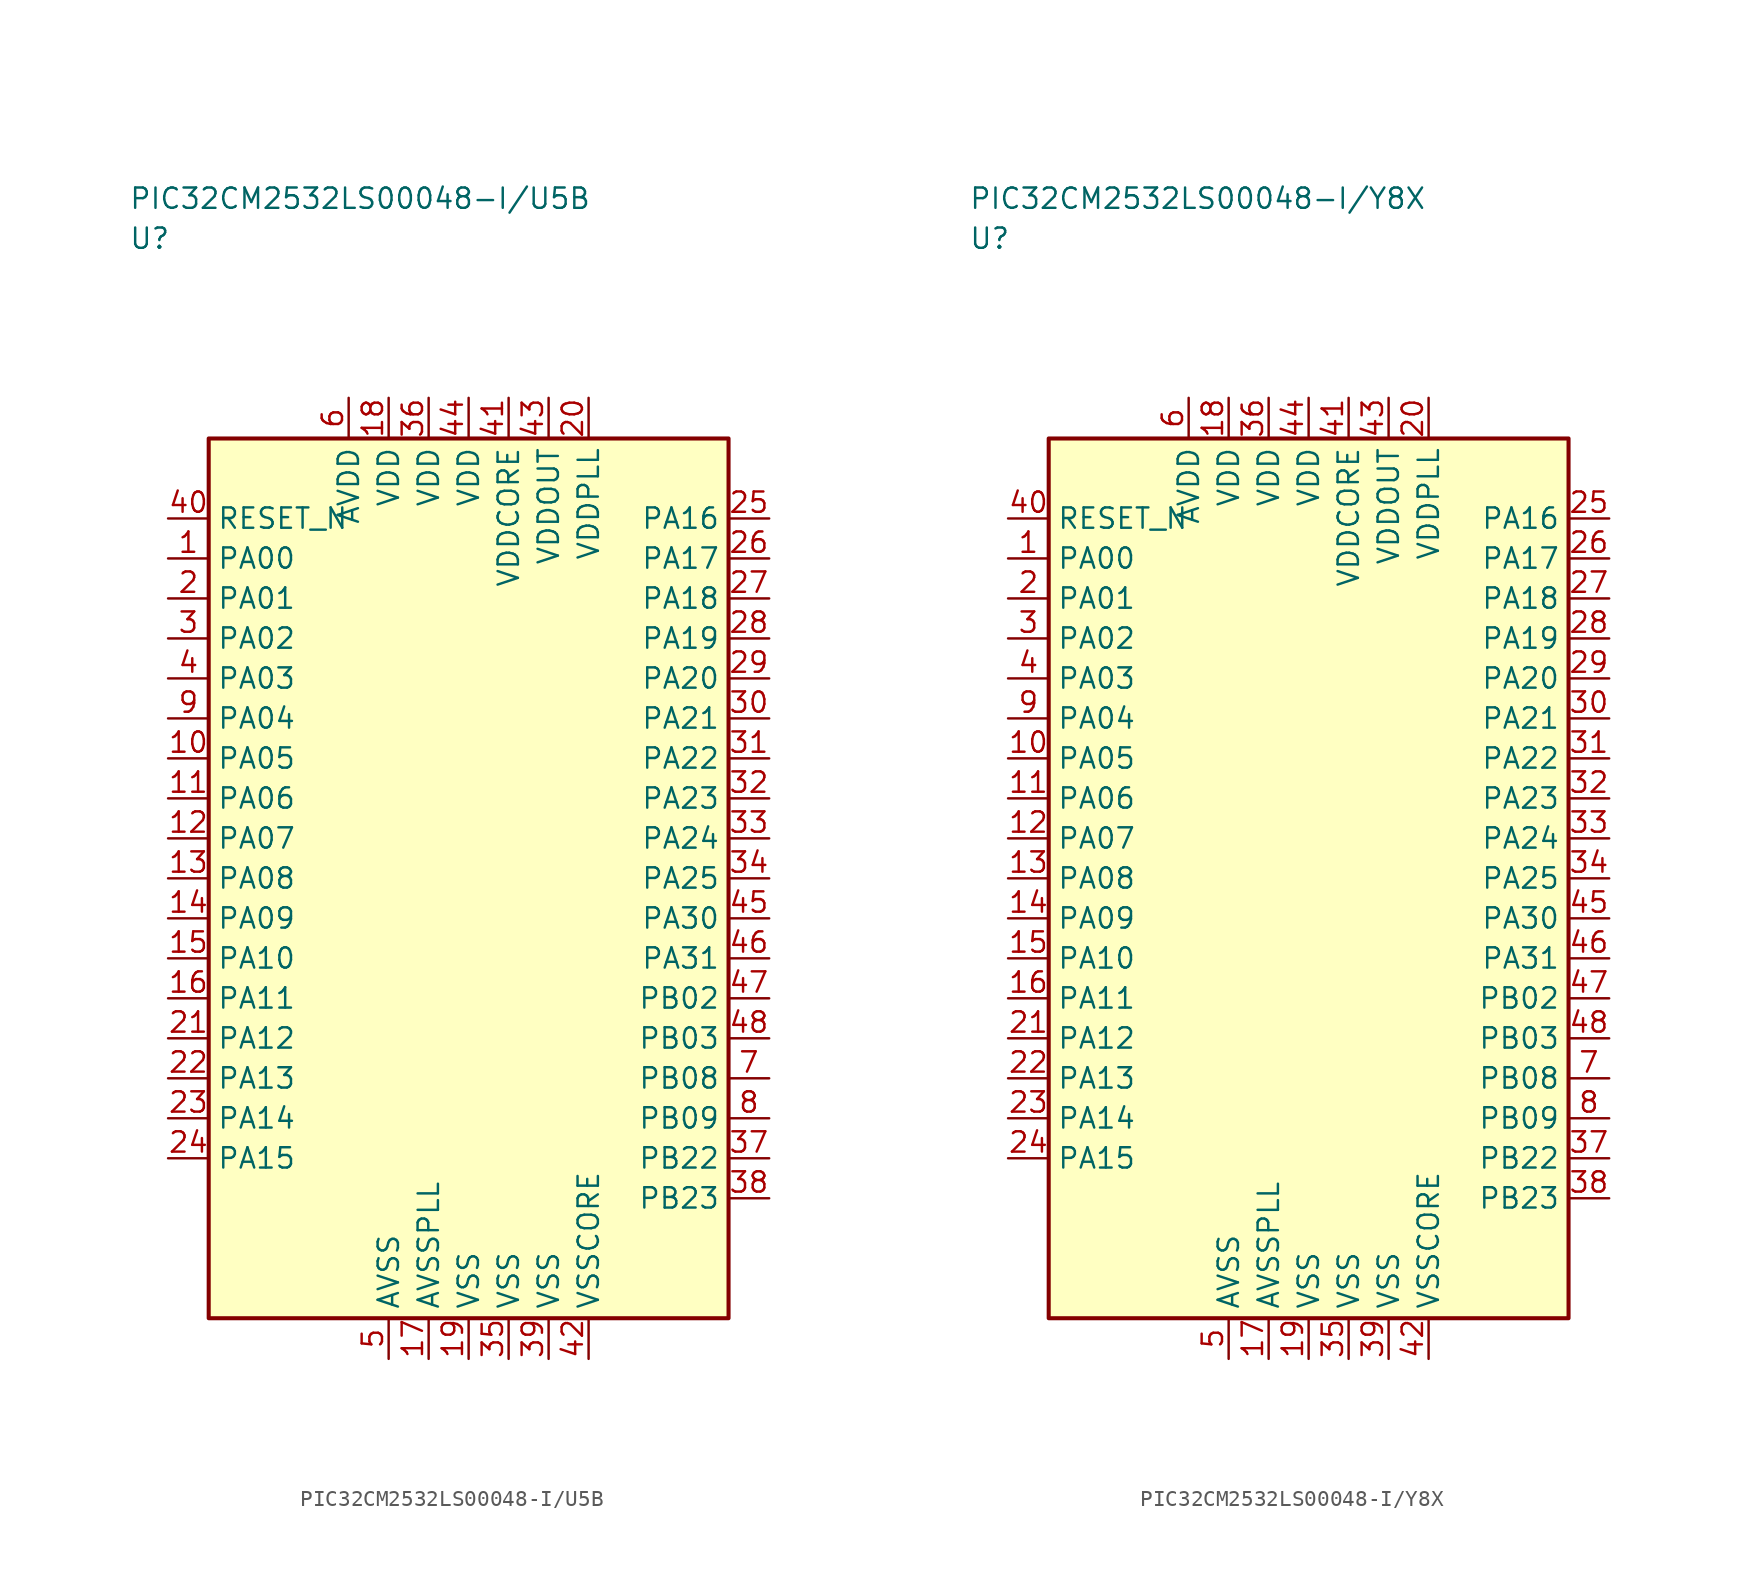
<source format=kicad_sym>
(kicad_symbol_lib
  (version 20241025)
  (generator "kicad_symbol_editor")
  (generator_version "8.0")
  (symbol "PIC32CM2532LS00048-I/U5B"
    (property "Reference" "U"
      (at -21.25 40.0 0)
      (effects (font (size 1.27 1.27)) (justify left)))
    (property "Value" "PIC32CM2532LS00048-I/U5B"
      (at -21.25 42.5 0)
      (effects (font (size 1.27 1.27)) (justify left)))
    (symbol "PIC32CM2532LS00048-I/U5B_0_1"
      (rectangle (start -16.25 27.5) (end 16.25 -27.5) (stroke (width 0.254) (type default)) (fill (type background))))
    (symbol "PIC32CM2532LS00048-I/U5B_1_1"
      (pin bidirectional line (at -18.79 20.0 0.0) (length 2.54) (name "PA00" (effects (font (size 1.27 1.27)))) (number "1" (effects (font (size 1.27 1.27)))))
      (pin bidirectional line (at -18.79 17.5 0.0) (length 2.54) (name "PA01" (effects (font (size 1.27 1.27)))) (number "2" (effects (font (size 1.27 1.27)))))
      (pin bidirectional line (at -18.79 15.0 0.0) (length 2.54) (name "PA02" (effects (font (size 1.27 1.27)))) (number "3" (effects (font (size 1.27 1.27)))))
      (pin bidirectional line (at -18.79 12.5 0.0) (length 2.54) (name "PA03" (effects (font (size 1.27 1.27)))) (number "4" (effects (font (size 1.27 1.27)))))
      (pin passive line (at -5.0 -30.04 90.0) (length 2.54) (name "AVSS" (effects (font (size 1.27 1.27)))) (number "5" (effects (font (size 1.27 1.27)))))
      (pin power_in line (at -7.5 30.04 270.0) (length 2.54) (name "AVDD" (effects (font (size 1.27 1.27)))) (number "6" (effects (font (size 1.27 1.27)))))
      (pin bidirectional line (at 18.79 -12.5 180.0) (length 2.54) (name "PB08" (effects (font (size 1.27 1.27)))) (number "7" (effects (font (size 1.27 1.27)))))
      (pin bidirectional line (at 18.79 -15.0 180.0) (length 2.54) (name "PB09" (effects (font (size 1.27 1.27)))) (number "8" (effects (font (size 1.27 1.27)))))
      (pin bidirectional line (at -18.79 10.0 0.0) (length 2.54) (name "PA04" (effects (font (size 1.27 1.27)))) (number "9" (effects (font (size 1.27 1.27)))))
      (pin bidirectional line (at -18.79 7.5 0.0) (length 2.54) (name "PA05" (effects (font (size 1.27 1.27)))) (number "10" (effects (font (size 1.27 1.27)))))
      (pin bidirectional line (at -18.79 5.0 0.0) (length 2.54) (name "PA06" (effects (font (size 1.27 1.27)))) (number "11" (effects (font (size 1.27 1.27)))))
      (pin bidirectional line (at -18.79 2.5 0.0) (length 2.54) (name "PA07" (effects (font (size 1.27 1.27)))) (number "12" (effects (font (size 1.27 1.27)))))
      (pin bidirectional line (at -18.79 0.0 0.0) (length 2.54) (name "PA08" (effects (font (size 1.27 1.27)))) (number "13" (effects (font (size 1.27 1.27)))))
      (pin bidirectional line (at -18.79 -2.5 0.0) (length 2.54) (name "PA09" (effects (font (size 1.27 1.27)))) (number "14" (effects (font (size 1.27 1.27)))))
      (pin bidirectional line (at -18.79 -5.0 0.0) (length 2.54) (name "PA10" (effects (font (size 1.27 1.27)))) (number "15" (effects (font (size 1.27 1.27)))))
      (pin bidirectional line (at -18.79 -7.5 0.0) (length 2.54) (name "PA11" (effects (font (size 1.27 1.27)))) (number "16" (effects (font (size 1.27 1.27)))))
      (pin passive line (at -2.5 -30.04 90.0) (length 2.54) (name "AVSSPLL" (effects (font (size 1.27 1.27)))) (number "17" (effects (font (size 1.27 1.27)))))
      (pin power_in line (at -5.0 30.04 270.0) (length 2.54) (name "VDD" (effects (font (size 1.27 1.27)))) (number "18" (effects (font (size 1.27 1.27)))))
      (pin passive line (at 0.0 -30.04 90.0) (length 2.54) (name "VSS" (effects (font (size 1.27 1.27)))) (number "19" (effects (font (size 1.27 1.27)))))
      (pin power_in line (at 7.5 30.04 270.0) (length 2.54) (name "VDDPLL" (effects (font (size 1.27 1.27)))) (number "20" (effects (font (size 1.27 1.27)))))
      (pin bidirectional line (at -18.79 -10.0 0.0) (length 2.54) (name "PA12" (effects (font (size 1.27 1.27)))) (number "21" (effects (font (size 1.27 1.27)))))
      (pin bidirectional line (at -18.79 -12.5 0.0) (length 2.54) (name "PA13" (effects (font (size 1.27 1.27)))) (number "22" (effects (font (size 1.27 1.27)))))
      (pin bidirectional line (at -18.79 -15.0 0.0) (length 2.54) (name "PA14" (effects (font (size 1.27 1.27)))) (number "23" (effects (font (size 1.27 1.27)))))
      (pin bidirectional line (at -18.79 -17.5 0.0) (length 2.54) (name "PA15" (effects (font (size 1.27 1.27)))) (number "24" (effects (font (size 1.27 1.27)))))
      (pin bidirectional line (at 18.79 22.5 180.0) (length 2.54) (name "PA16" (effects (font (size 1.27 1.27)))) (number "25" (effects (font (size 1.27 1.27)))))
      (pin bidirectional line (at 18.79 20.0 180.0) (length 2.54) (name "PA17" (effects (font (size 1.27 1.27)))) (number "26" (effects (font (size 1.27 1.27)))))
      (pin bidirectional line (at 18.79 17.5 180.0) (length 2.54) (name "PA18" (effects (font (size 1.27 1.27)))) (number "27" (effects (font (size 1.27 1.27)))))
      (pin bidirectional line (at 18.79 15.0 180.0) (length 2.54) (name "PA19" (effects (font (size 1.27 1.27)))) (number "28" (effects (font (size 1.27 1.27)))))
      (pin bidirectional line (at 18.79 12.5 180.0) (length 2.54) (name "PA20" (effects (font (size 1.27 1.27)))) (number "29" (effects (font (size 1.27 1.27)))))
      (pin bidirectional line (at 18.79 10.0 180.0) (length 2.54) (name "PA21" (effects (font (size 1.27 1.27)))) (number "30" (effects (font (size 1.27 1.27)))))
      (pin bidirectional line (at 18.79 7.5 180.0) (length 2.54) (name "PA22" (effects (font (size 1.27 1.27)))) (number "31" (effects (font (size 1.27 1.27)))))
      (pin bidirectional line (at 18.79 5.0 180.0) (length 2.54) (name "PA23" (effects (font (size 1.27 1.27)))) (number "32" (effects (font (size 1.27 1.27)))))
      (pin bidirectional line (at 18.79 2.5 180.0) (length 2.54) (name "PA24" (effects (font (size 1.27 1.27)))) (number "33" (effects (font (size 1.27 1.27)))))
      (pin bidirectional line (at 18.79 0.0 180.0) (length 2.54) (name "PA25" (effects (font (size 1.27 1.27)))) (number "34" (effects (font (size 1.27 1.27)))))
      (pin passive line (at 2.5 -30.04 90.0) (length 2.54) (name "VSS" (effects (font (size 1.27 1.27)))) (number "35" (effects (font (size 1.27 1.27)))))
      (pin power_in line (at -2.5 30.04 270.0) (length 2.54) (name "VDD" (effects (font (size 1.27 1.27)))) (number "36" (effects (font (size 1.27 1.27)))))
      (pin bidirectional line (at 18.79 -17.5 180.0) (length 2.54) (name "PB22" (effects (font (size 1.27 1.27)))) (number "37" (effects (font (size 1.27 1.27)))))
      (pin bidirectional line (at 18.79 -20.0 180.0) (length 2.54) (name "PB23" (effects (font (size 1.27 1.27)))) (number "38" (effects (font (size 1.27 1.27)))))
      (pin passive line (at 5.0 -30.04 90.0) (length 2.54) (name "VSS" (effects (font (size 1.27 1.27)))) (number "39" (effects (font (size 1.27 1.27)))))
      (pin input line (at -18.79 22.5 0.0) (length 2.54) (name "RESET_N" (effects (font (size 1.27 1.27)))) (number "40" (effects (font (size 1.27 1.27)))))
      (pin power_in line (at 2.5 30.04 270.0) (length 2.54) (name "VDDCORE" (effects (font (size 1.27 1.27)))) (number "41" (effects (font (size 1.27 1.27)))))
      (pin passive line (at 7.5 -30.04 90.0) (length 2.54) (name "VSSCORE" (effects (font (size 1.27 1.27)))) (number "42" (effects (font (size 1.27 1.27)))))
      (pin power_in line (at 5.0 30.04 270.0) (length 2.54) (name "VDDOUT" (effects (font (size 1.27 1.27)))) (number "43" (effects (font (size 1.27 1.27)))))
      (pin power_in line (at 0.0 30.04 270.0) (length 2.54) (name "VDD" (effects (font (size 1.27 1.27)))) (number "44" (effects (font (size 1.27 1.27)))))
      (pin bidirectional line (at 18.79 -2.5 180.0) (length 2.54) (name "PA30" (effects (font (size 1.27 1.27)))) (number "45" (effects (font (size 1.27 1.27)))))
      (pin bidirectional line (at 18.79 -5.0 180.0) (length 2.54) (name "PA31" (effects (font (size 1.27 1.27)))) (number "46" (effects (font (size 1.27 1.27)))))
      (pin bidirectional line (at 18.79 -7.5 180.0) (length 2.54) (name "PB02" (effects (font (size 1.27 1.27)))) (number "47" (effects (font (size 1.27 1.27)))))
      (pin bidirectional line (at 18.79 -10.0 180.0) (length 2.54) (name "PB03" (effects (font (size 1.27 1.27)))) (number "48" (effects (font (size 1.27 1.27)))))))
  (symbol "PIC32CM2532LS00048-I/Y8X"
    (property "Reference" "U"
      (at -21.25 40.0 0)
      (effects (font (size 1.27 1.27)) (justify left)))
    (property "Value" "PIC32CM2532LS00048-I/Y8X"
      (at -21.25 42.5 0)
      (effects (font (size 1.27 1.27)) (justify left)))
    (symbol "PIC32CM2532LS00048-I/Y8X_0_1"
      (rectangle (start -16.25 27.5) (end 16.25 -27.5) (stroke (width 0.254) (type default)) (fill (type background))))
    (symbol "PIC32CM2532LS00048-I/Y8X_1_1"
      (pin bidirectional line (at -18.79 20.0 0.0) (length 2.54) (name "PA00" (effects (font (size 1.27 1.27)))) (number "1" (effects (font (size 1.27 1.27)))))
      (pin bidirectional line (at -18.79 17.5 0.0) (length 2.54) (name "PA01" (effects (font (size 1.27 1.27)))) (number "2" (effects (font (size 1.27 1.27)))))
      (pin bidirectional line (at -18.79 15.0 0.0) (length 2.54) (name "PA02" (effects (font (size 1.27 1.27)))) (number "3" (effects (font (size 1.27 1.27)))))
      (pin bidirectional line (at -18.79 12.5 0.0) (length 2.54) (name "PA03" (effects (font (size 1.27 1.27)))) (number "4" (effects (font (size 1.27 1.27)))))
      (pin passive line (at -5.0 -30.04 90.0) (length 2.54) (name "AVSS" (effects (font (size 1.27 1.27)))) (number "5" (effects (font (size 1.27 1.27)))))
      (pin power_in line (at -7.5 30.04 270.0) (length 2.54) (name "AVDD" (effects (font (size 1.27 1.27)))) (number "6" (effects (font (size 1.27 1.27)))))
      (pin bidirectional line (at 18.79 -12.5 180.0) (length 2.54) (name "PB08" (effects (font (size 1.27 1.27)))) (number "7" (effects (font (size 1.27 1.27)))))
      (pin bidirectional line (at 18.79 -15.0 180.0) (length 2.54) (name "PB09" (effects (font (size 1.27 1.27)))) (number "8" (effects (font (size 1.27 1.27)))))
      (pin bidirectional line (at -18.79 10.0 0.0) (length 2.54) (name "PA04" (effects (font (size 1.27 1.27)))) (number "9" (effects (font (size 1.27 1.27)))))
      (pin bidirectional line (at -18.79 7.5 0.0) (length 2.54) (name "PA05" (effects (font (size 1.27 1.27)))) (number "10" (effects (font (size 1.27 1.27)))))
      (pin bidirectional line (at -18.79 5.0 0.0) (length 2.54) (name "PA06" (effects (font (size 1.27 1.27)))) (number "11" (effects (font (size 1.27 1.27)))))
      (pin bidirectional line (at -18.79 2.5 0.0) (length 2.54) (name "PA07" (effects (font (size 1.27 1.27)))) (number "12" (effects (font (size 1.27 1.27)))))
      (pin bidirectional line (at -18.79 0.0 0.0) (length 2.54) (name "PA08" (effects (font (size 1.27 1.27)))) (number "13" (effects (font (size 1.27 1.27)))))
      (pin bidirectional line (at -18.79 -2.5 0.0) (length 2.54) (name "PA09" (effects (font (size 1.27 1.27)))) (number "14" (effects (font (size 1.27 1.27)))))
      (pin bidirectional line (at -18.79 -5.0 0.0) (length 2.54) (name "PA10" (effects (font (size 1.27 1.27)))) (number "15" (effects (font (size 1.27 1.27)))))
      (pin bidirectional line (at -18.79 -7.5 0.0) (length 2.54) (name "PA11" (effects (font (size 1.27 1.27)))) (number "16" (effects (font (size 1.27 1.27)))))
      (pin passive line (at -2.5 -30.04 90.0) (length 2.54) (name "AVSSPLL" (effects (font (size 1.27 1.27)))) (number "17" (effects (font (size 1.27 1.27)))))
      (pin power_in line (at -5.0 30.04 270.0) (length 2.54) (name "VDD" (effects (font (size 1.27 1.27)))) (number "18" (effects (font (size 1.27 1.27)))))
      (pin passive line (at 0.0 -30.04 90.0) (length 2.54) (name "VSS" (effects (font (size 1.27 1.27)))) (number "19" (effects (font (size 1.27 1.27)))))
      (pin power_in line (at 7.5 30.04 270.0) (length 2.54) (name "VDDPLL" (effects (font (size 1.27 1.27)))) (number "20" (effects (font (size 1.27 1.27)))))
      (pin bidirectional line (at -18.79 -10.0 0.0) (length 2.54) (name "PA12" (effects (font (size 1.27 1.27)))) (number "21" (effects (font (size 1.27 1.27)))))
      (pin bidirectional line (at -18.79 -12.5 0.0) (length 2.54) (name "PA13" (effects (font (size 1.27 1.27)))) (number "22" (effects (font (size 1.27 1.27)))))
      (pin bidirectional line (at -18.79 -15.0 0.0) (length 2.54) (name "PA14" (effects (font (size 1.27 1.27)))) (number "23" (effects (font (size 1.27 1.27)))))
      (pin bidirectional line (at -18.79 -17.5 0.0) (length 2.54) (name "PA15" (effects (font (size 1.27 1.27)))) (number "24" (effects (font (size 1.27 1.27)))))
      (pin bidirectional line (at 18.79 22.5 180.0) (length 2.54) (name "PA16" (effects (font (size 1.27 1.27)))) (number "25" (effects (font (size 1.27 1.27)))))
      (pin bidirectional line (at 18.79 20.0 180.0) (length 2.54) (name "PA17" (effects (font (size 1.27 1.27)))) (number "26" (effects (font (size 1.27 1.27)))))
      (pin bidirectional line (at 18.79 17.5 180.0) (length 2.54) (name "PA18" (effects (font (size 1.27 1.27)))) (number "27" (effects (font (size 1.27 1.27)))))
      (pin bidirectional line (at 18.79 15.0 180.0) (length 2.54) (name "PA19" (effects (font (size 1.27 1.27)))) (number "28" (effects (font (size 1.27 1.27)))))
      (pin bidirectional line (at 18.79 12.5 180.0) (length 2.54) (name "PA20" (effects (font (size 1.27 1.27)))) (number "29" (effects (font (size 1.27 1.27)))))
      (pin bidirectional line (at 18.79 10.0 180.0) (length 2.54) (name "PA21" (effects (font (size 1.27 1.27)))) (number "30" (effects (font (size 1.27 1.27)))))
      (pin bidirectional line (at 18.79 7.5 180.0) (length 2.54) (name "PA22" (effects (font (size 1.27 1.27)))) (number "31" (effects (font (size 1.27 1.27)))))
      (pin bidirectional line (at 18.79 5.0 180.0) (length 2.54) (name "PA23" (effects (font (size 1.27 1.27)))) (number "32" (effects (font (size 1.27 1.27)))))
      (pin bidirectional line (at 18.79 2.5 180.0) (length 2.54) (name "PA24" (effects (font (size 1.27 1.27)))) (number "33" (effects (font (size 1.27 1.27)))))
      (pin bidirectional line (at 18.79 0.0 180.0) (length 2.54) (name "PA25" (effects (font (size 1.27 1.27)))) (number "34" (effects (font (size 1.27 1.27)))))
      (pin passive line (at 2.5 -30.04 90.0) (length 2.54) (name "VSS" (effects (font (size 1.27 1.27)))) (number "35" (effects (font (size 1.27 1.27)))))
      (pin power_in line (at -2.5 30.04 270.0) (length 2.54) (name "VDD" (effects (font (size 1.27 1.27)))) (number "36" (effects (font (size 1.27 1.27)))))
      (pin bidirectional line (at 18.79 -17.5 180.0) (length 2.54) (name "PB22" (effects (font (size 1.27 1.27)))) (number "37" (effects (font (size 1.27 1.27)))))
      (pin bidirectional line (at 18.79 -20.0 180.0) (length 2.54) (name "PB23" (effects (font (size 1.27 1.27)))) (number "38" (effects (font (size 1.27 1.27)))))
      (pin passive line (at 5.0 -30.04 90.0) (length 2.54) (name "VSS" (effects (font (size 1.27 1.27)))) (number "39" (effects (font (size 1.27 1.27)))))
      (pin input line (at -18.79 22.5 0.0) (length 2.54) (name "RESET_N" (effects (font (size 1.27 1.27)))) (number "40" (effects (font (size 1.27 1.27)))))
      (pin power_in line (at 2.5 30.04 270.0) (length 2.54) (name "VDDCORE" (effects (font (size 1.27 1.27)))) (number "41" (effects (font (size 1.27 1.27)))))
      (pin passive line (at 7.5 -30.04 90.0) (length 2.54) (name "VSSCORE" (effects (font (size 1.27 1.27)))) (number "42" (effects (font (size 1.27 1.27)))))
      (pin power_in line (at 5.0 30.04 270.0) (length 2.54) (name "VDDOUT" (effects (font (size 1.27 1.27)))) (number "43" (effects (font (size 1.27 1.27)))))
      (pin power_in line (at 0.0 30.04 270.0) (length 2.54) (name "VDD" (effects (font (size 1.27 1.27)))) (number "44" (effects (font (size 1.27 1.27)))))
      (pin bidirectional line (at 18.79 -2.5 180.0) (length 2.54) (name "PA30" (effects (font (size 1.27 1.27)))) (number "45" (effects (font (size 1.27 1.27)))))
      (pin bidirectional line (at 18.79 -5.0 180.0) (length 2.54) (name "PA31" (effects (font (size 1.27 1.27)))) (number "46" (effects (font (size 1.27 1.27)))))
      (pin bidirectional line (at 18.79 -7.5 180.0) (length 2.54) (name "PB02" (effects (font (size 1.27 1.27)))) (number "47" (effects (font (size 1.27 1.27)))))
      (pin bidirectional line (at 18.79 -10.0 180.0) (length 2.54) (name "PB03" (effects (font (size 1.27 1.27)))) (number "48" (effects (font (size 1.27 1.27))))))))
</source>
